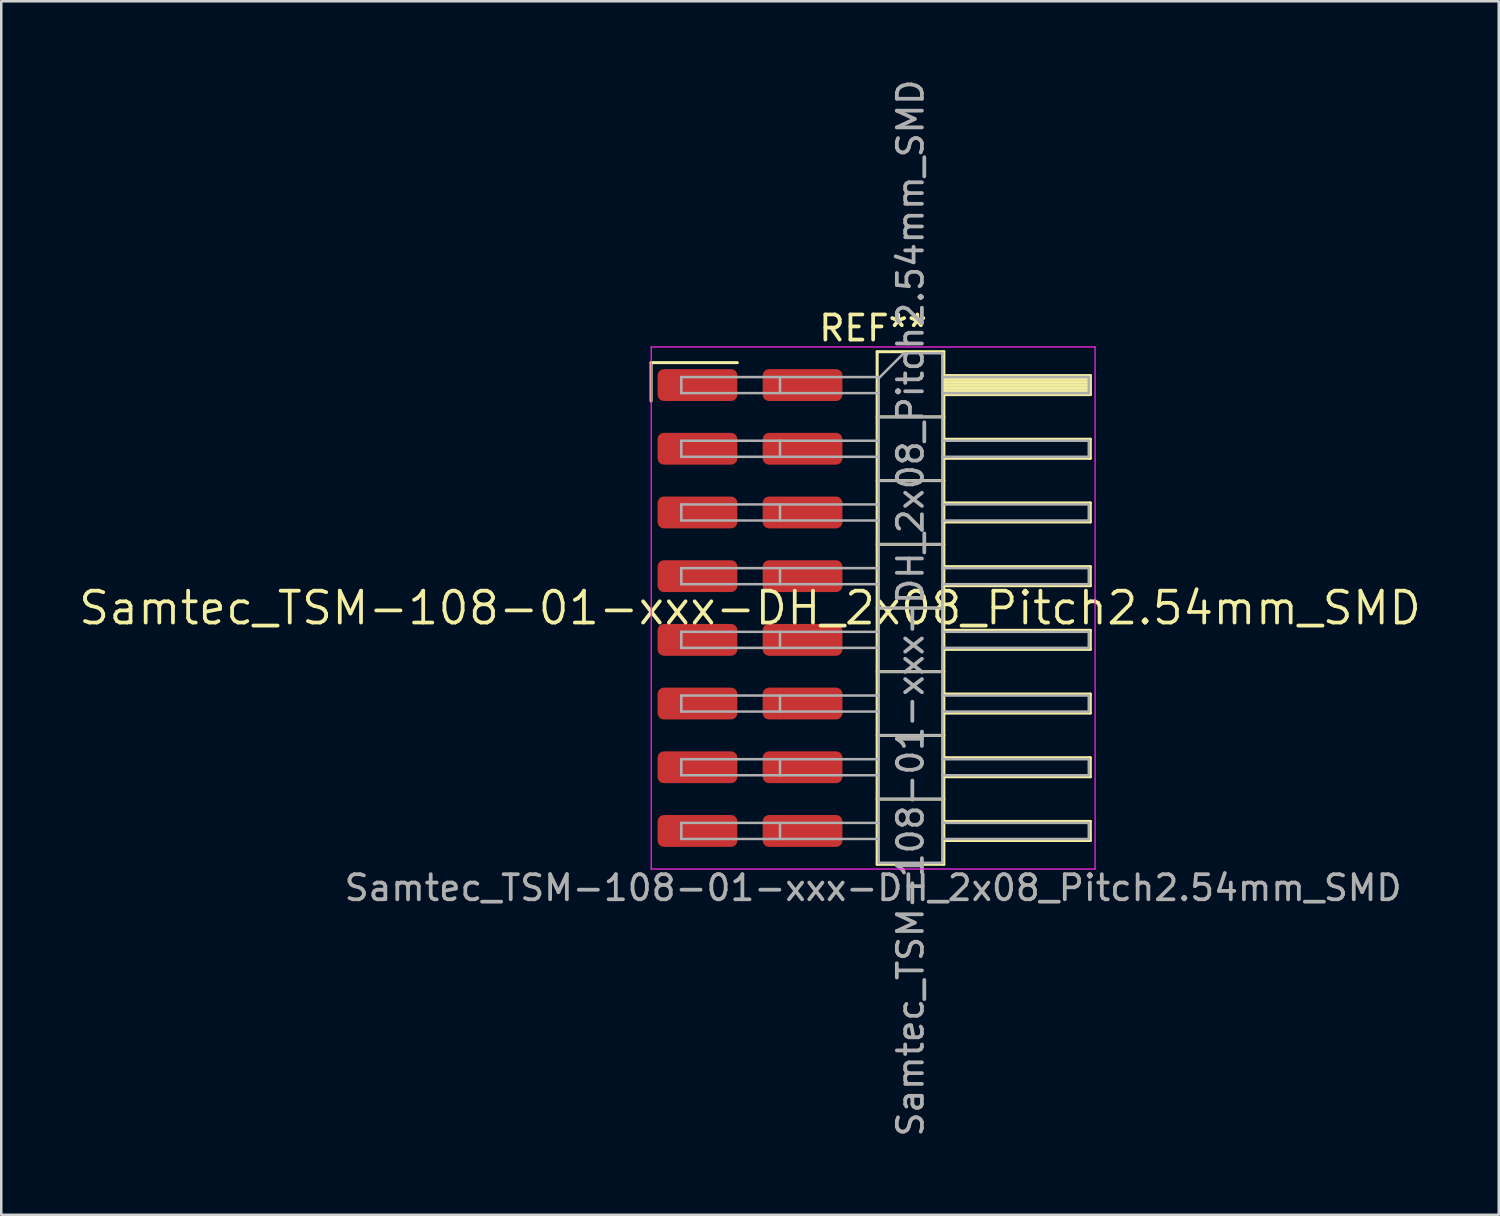
<source format=kicad_pcb>
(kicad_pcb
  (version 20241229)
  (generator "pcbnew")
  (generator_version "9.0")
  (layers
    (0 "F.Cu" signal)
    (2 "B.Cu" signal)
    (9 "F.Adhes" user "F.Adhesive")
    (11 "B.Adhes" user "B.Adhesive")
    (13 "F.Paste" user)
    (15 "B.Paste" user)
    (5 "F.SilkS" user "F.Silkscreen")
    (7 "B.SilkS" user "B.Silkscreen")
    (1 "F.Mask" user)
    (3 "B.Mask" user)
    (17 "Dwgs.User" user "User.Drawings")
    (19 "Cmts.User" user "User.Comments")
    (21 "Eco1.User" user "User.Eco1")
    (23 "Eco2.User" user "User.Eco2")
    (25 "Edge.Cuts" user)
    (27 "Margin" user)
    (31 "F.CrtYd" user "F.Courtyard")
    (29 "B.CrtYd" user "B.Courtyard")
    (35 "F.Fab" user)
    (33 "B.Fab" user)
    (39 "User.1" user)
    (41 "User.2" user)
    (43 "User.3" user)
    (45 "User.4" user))
  (footprint "Samtec_TSM-108-01-xxx-DH_2x08_Pitch2.54mm_SMD"
    (layer "F.Cu")
    (at 26.859 21.196)
    (property "Reference" "Samtec_TSM-108-01-xxx-DH_2x08_Pitch2.54mm_SMD" (at 0 0 0) (layer "F.SilkS") (effects (font (size 1.27 1.27) (thickness 0.15))))
    (attr smd)
    (fp_line (start -3.945 -9.785) (end -0.505 -9.785) (stroke (width 0.12) (type solid)) (layer "F.SilkS"))
    (fp_line (start -3.945 -8.255) (end -3.945 -9.785) (stroke (width 0.12) (type solid)) (layer "F.SilkS"))
    (fp_line (start 5.07 -10.22) (end 7.73 -10.22) (stroke (width 0.12) (type solid)) (layer "F.SilkS"))
    (fp_line (start 5.07 -7.62) (end 7.73 -7.62) (stroke (width 0.12) (type solid)) (layer "F.SilkS"))
    (fp_line (start 5.07 -5.08) (end 7.73 -5.08) (stroke (width 0.12) (type solid)) (layer "F.SilkS"))
    (fp_line (start 5.07 -2.54) (end 7.73 -2.54) (stroke (width 0.12) (type solid)) (layer "F.SilkS"))
    (fp_line (start 5.07 0) (end 7.73 0) (stroke (width 0.12) (type solid)) (layer "F.SilkS"))
    (fp_line (start 5.07 2.54) (end 7.73 2.54) (stroke (width 0.12) (type solid)) (layer "F.SilkS"))
    (fp_line (start 5.07 5.08) (end 7.73 5.08) (stroke (width 0.12) (type solid)) (layer "F.SilkS"))
    (fp_line (start 5.07 7.62) (end 7.73 7.62) (stroke (width 0.12) (type solid)) (layer "F.SilkS"))
    (fp_line (start 5.07 10.22) (end 5.07 -10.22) (stroke (width 0.12) (type solid)) (layer "F.SilkS"))
    (fp_line (start 7.73 -10.22) (end 7.73 10.22) (stroke (width 0.12) (type solid)) (layer "F.SilkS"))
    (fp_line (start 7.73 -9.27) (end 13.57 -9.27) (stroke (width 0.12) (type solid)) (layer "F.SilkS"))
    (fp_line (start 7.73 -9.15) (end 13.57 -9.15) (stroke (width 0.12) (type solid)) (layer "F.SilkS"))
    (fp_line (start 7.73 -9.03) (end 13.57 -9.03) (stroke (width 0.12) (type solid)) (layer "F.SilkS"))
    (fp_line (start 7.73 -8.91) (end 13.57 -8.91) (stroke (width 0.12) (type solid)) (layer "F.SilkS"))
    (fp_line (start 7.73 -8.79) (end 13.57 -8.79) (stroke (width 0.12) (type solid)) (layer "F.SilkS"))
    (fp_line (start 7.73 -8.67) (end 13.57 -8.67) (stroke (width 0.12) (type solid)) (layer "F.SilkS"))
    (fp_line (start 7.73 -8.55) (end 13.57 -8.55) (stroke (width 0.12) (type solid)) (layer "F.SilkS"))
    (fp_line (start 7.73 -8.51) (end 13.57 -8.51) (stroke (width 0.12) (type solid)) (layer "F.SilkS"))
    (fp_line (start 7.73 -6.73) (end 13.57 -6.73) (stroke (width 0.12) (type solid)) (layer "F.SilkS"))
    (fp_line (start 7.73 -5.97) (end 13.57 -5.97) (stroke (width 0.12) (type solid)) (layer "F.SilkS"))
    (fp_line (start 7.73 -4.19) (end 13.57 -4.19) (stroke (width 0.12) (type solid)) (layer "F.SilkS"))
    (fp_line (start 7.73 -3.43) (end 13.57 -3.43) (stroke (width 0.12) (type solid)) (layer "F.SilkS"))
    (fp_line (start 7.73 -1.65) (end 13.57 -1.65) (stroke (width 0.12) (type solid)) (layer "F.SilkS"))
    (fp_line (start 7.73 -0.89) (end 13.57 -0.89) (stroke (width 0.12) (type solid)) (layer "F.SilkS"))
    (fp_line (start 7.73 0.89) (end 13.57 0.89) (stroke (width 0.12) (type solid)) (layer "F.SilkS"))
    (fp_line (start 7.73 1.65) (end 13.57 1.65) (stroke (width 0.12) (type solid)) (layer "F.SilkS"))
    (fp_line (start 7.73 3.43) (end 13.57 3.43) (stroke (width 0.12) (type solid)) (layer "F.SilkS"))
    (fp_line (start 7.73 4.19) (end 13.57 4.19) (stroke (width 0.12) (type solid)) (layer "F.SilkS"))
    (fp_line (start 7.73 5.97) (end 13.57 5.97) (stroke (width 0.12) (type solid)) (layer "F.SilkS"))
    (fp_line (start 7.73 6.73) (end 13.57 6.73) (stroke (width 0.12) (type solid)) (layer "F.SilkS"))
    (fp_line (start 7.73 8.51) (end 13.57 8.51) (stroke (width 0.12) (type solid)) (layer "F.SilkS"))
    (fp_line (start 7.73 9.27) (end 13.57 9.27) (stroke (width 0.12) (type solid)) (layer "F.SilkS"))
    (fp_line (start 7.73 10.22) (end 5.07 10.22) (stroke (width 0.12) (type solid)) (layer "F.SilkS"))
    (fp_line (start 13.57 -9.27) (end 13.57 -8.51) (stroke (width 0.12) (type solid)) (layer "F.SilkS"))
    (fp_line (start 13.57 -6.73) (end 13.57 -5.97) (stroke (width 0.12) (type solid)) (layer "F.SilkS"))
    (fp_line (start 13.57 -4.19) (end 13.57 -3.43) (stroke (width 0.12) (type solid)) (layer "F.SilkS"))
    (fp_line (start 13.57 -1.65) (end 13.57 -0.89) (stroke (width 0.12) (type solid)) (layer "F.SilkS"))
    (fp_line (start 13.57 0.89) (end 13.57 1.65) (stroke (width 0.12) (type solid)) (layer "F.SilkS"))
    (fp_line (start 13.57 3.43) (end 13.57 4.19) (stroke (width 0.12) (type solid)) (layer "F.SilkS"))
    (fp_line (start 13.57 5.97) (end 13.57 6.73) (stroke (width 0.12) (type solid)) (layer "F.SilkS"))
    (fp_line (start 13.57 8.51) (end 13.57 9.27) (stroke (width 0.12) (type solid)) (layer "F.SilkS"))
    (fp_line (start -3.94 -10.41) (end 13.76 -10.41) (stroke (width 0.05) (type solid)) (layer "F.CrtYd"))
    (fp_line (start -3.94 10.41) (end -3.94 -10.41) (stroke (width 0.05) (type solid)) (layer "F.CrtYd"))
    (fp_line (start 13.76 -10.41) (end 13.76 10.41) (stroke (width 0.05) (type solid)) (layer "F.CrtYd"))
    (fp_line (start 13.76 10.41) (end -3.94 10.41) (stroke (width 0.05) (type solid)) (layer "F.CrtYd"))
    (fp_line (start -2.74 -9.21) (end -2.74 -8.57) (stroke (width 0.1) (type solid)) (layer "F.Fab"))
    (fp_line (start -2.74 -9.21) (end 5.13 -9.21) (stroke (width 0.1) (type solid)) (layer "F.Fab"))
    (fp_line (start -2.74 -8.57) (end 5.13 -8.57) (stroke (width 0.1) (type solid)) (layer "F.Fab"))
    (fp_line (start -2.74 -6.67) (end -2.74 -6.03) (stroke (width 0.1) (type solid)) (layer "F.Fab"))
    (fp_line (start -2.74 -6.67) (end 5.13 -6.67) (stroke (width 0.1) (type solid)) (layer "F.Fab"))
    (fp_line (start -2.74 -6.03) (end 5.13 -6.03) (stroke (width 0.1) (type solid)) (layer "F.Fab"))
    (fp_line (start -2.74 -4.13) (end -2.74 -3.49) (stroke (width 0.1) (type solid)) (layer "F.Fab"))
    (fp_line (start -2.74 -4.13) (end 5.13 -4.13) (stroke (width 0.1) (type solid)) (layer "F.Fab"))
    (fp_line (start -2.74 -3.49) (end 5.13 -3.49) (stroke (width 0.1) (type solid)) (layer "F.Fab"))
    (fp_line (start -2.74 -1.59) (end -2.74 -0.95) (stroke (width 0.1) (type solid)) (layer "F.Fab"))
    (fp_line (start -2.74 -1.59) (end 5.13 -1.59) (stroke (width 0.1) (type solid)) (layer "F.Fab"))
    (fp_line (start -2.74 -0.95) (end 5.13 -0.95) (stroke (width 0.1) (type solid)) (layer "F.Fab"))
    (fp_line (start -2.74 0.95) (end -2.74 1.59) (stroke (width 0.1) (type solid)) (layer "F.Fab"))
    (fp_line (start -2.74 0.95) (end 5.13 0.95) (stroke (width 0.1) (type solid)) (layer "F.Fab"))
    (fp_line (start -2.74 1.59) (end 5.13 1.59) (stroke (width 0.1) (type solid)) (layer "F.Fab"))
    (fp_line (start -2.74 3.49) (end -2.74 4.13) (stroke (width 0.1) (type solid)) (layer "F.Fab"))
    (fp_line (start -2.74 3.49) (end 5.13 3.49) (stroke (width 0.1) (type solid)) (layer "F.Fab"))
    (fp_line (start -2.74 4.13) (end 5.13 4.13) (stroke (width 0.1) (type solid)) (layer "F.Fab"))
    (fp_line (start -2.74 6.03) (end -2.74 6.67) (stroke (width 0.1) (type solid)) (layer "F.Fab"))
    (fp_line (start -2.74 6.03) (end 5.13 6.03) (stroke (width 0.1) (type solid)) (layer "F.Fab"))
    (fp_line (start -2.74 6.67) (end 5.13 6.67) (stroke (width 0.1) (type solid)) (layer "F.Fab"))
    (fp_line (start -2.74 8.57) (end -2.74 9.21) (stroke (width 0.1) (type solid)) (layer "F.Fab"))
    (fp_line (start -2.74 8.57) (end 5.13 8.57) (stroke (width 0.1) (type solid)) (layer "F.Fab"))
    (fp_line (start -2.74 9.21) (end 5.13 9.21) (stroke (width 0.1) (type solid)) (layer "F.Fab"))
    (fp_line (start 1.195 -9.21) (end 1.195 -8.57) (stroke (width 0.1) (type solid)) (layer "F.Fab"))
    (fp_line (start 1.195 -6.67) (end 1.195 -6.03) (stroke (width 0.1) (type solid)) (layer "F.Fab"))
    (fp_line (start 1.195 -4.13) (end 1.195 -3.49) (stroke (width 0.1) (type solid)) (layer "F.Fab"))
    (fp_line (start 1.195 -1.59) (end 1.195 -0.95) (stroke (width 0.1) (type solid)) (layer "F.Fab"))
    (fp_line (start 1.195 0.95) (end 1.195 1.59) (stroke (width 0.1) (type solid)) (layer "F.Fab"))
    (fp_line (start 1.195 3.49) (end 1.195 4.13) (stroke (width 0.1) (type solid)) (layer "F.Fab"))
    (fp_line (start 1.195 6.03) (end 1.195 6.67) (stroke (width 0.1) (type solid)) (layer "F.Fab"))
    (fp_line (start 1.195 8.57) (end 1.195 9.21) (stroke (width 0.1) (type solid)) (layer "F.Fab"))
    (fp_line (start 5.13 -9.16) (end 6.13 -10.16) (stroke (width 0.1) (type solid)) (layer "F.Fab"))
    (fp_line (start 5.13 -7.62) (end 7.67 -7.62) (stroke (width 0.1) (type solid)) (layer "F.Fab"))
    (fp_line (start 5.13 -5.08) (end 7.67 -5.08) (stroke (width 0.1) (type solid)) (layer "F.Fab"))
    (fp_line (start 5.13 -2.54) (end 7.67 -2.54) (stroke (width 0.1) (type solid)) (layer "F.Fab"))
    (fp_line (start 5.13 0) (end 7.67 0) (stroke (width 0.1) (type solid)) (layer "F.Fab"))
    (fp_line (start 5.13 2.54) (end 7.67 2.54) (stroke (width 0.1) (type solid)) (layer "F.Fab"))
    (fp_line (start 5.13 5.08) (end 7.67 5.08) (stroke (width 0.1) (type solid)) (layer "F.Fab"))
    (fp_line (start 5.13 7.62) (end 7.67 7.62) (stroke (width 0.1) (type solid)) (layer "F.Fab"))
    (fp_line (start 5.13 10.16) (end 5.13 -9.16) (stroke (width 0.1) (type solid)) (layer "F.Fab"))
    (fp_line (start 6.13 -10.16) (end 7.67 -10.16) (stroke (width 0.1) (type solid)) (layer "F.Fab"))
    (fp_line (start 7.67 -10.16) (end 7.67 10.16) (stroke (width 0.1) (type solid)) (layer "F.Fab"))
    (fp_line (start 7.67 -9.21) (end 13.51 -9.21) (stroke (width 0.1) (type solid)) (layer "F.Fab"))
    (fp_line (start 7.67 -8.57) (end 13.51 -8.57) (stroke (width 0.1) (type solid)) (layer "F.Fab"))
    (fp_line (start 7.67 -6.67) (end 13.51 -6.67) (stroke (width 0.1) (type solid)) (layer "F.Fab"))
    (fp_line (start 7.67 -6.03) (end 13.51 -6.03) (stroke (width 0.1) (type solid)) (layer "F.Fab"))
    (fp_line (start 7.67 -4.13) (end 13.51 -4.13) (stroke (width 0.1) (type solid)) (layer "F.Fab"))
    (fp_line (start 7.67 -3.49) (end 13.51 -3.49) (stroke (width 0.1) (type solid)) (layer "F.Fab"))
    (fp_line (start 7.67 -1.59) (end 13.51 -1.59) (stroke (width 0.1) (type solid)) (layer "F.Fab"))
    (fp_line (start 7.67 -0.95) (end 13.51 -0.95) (stroke (width 0.1) (type solid)) (layer "F.Fab"))
    (fp_line (start 7.67 0.95) (end 13.51 0.95) (stroke (width 0.1) (type solid)) (layer "F.Fab"))
    (fp_line (start 7.67 1.59) (end 13.51 1.59) (stroke (width 0.1) (type solid)) (layer "F.Fab"))
    (fp_line (start 7.67 3.49) (end 13.51 3.49) (stroke (width 0.1) (type solid)) (layer "F.Fab"))
    (fp_line (start 7.67 4.13) (end 13.51 4.13) (stroke (width 0.1) (type solid)) (layer "F.Fab"))
    (fp_line (start 7.67 6.03) (end 13.51 6.03) (stroke (width 0.1) (type solid)) (layer "F.Fab"))
    (fp_line (start 7.67 6.67) (end 13.51 6.67) (stroke (width 0.1) (type solid)) (layer "F.Fab"))
    (fp_line (start 7.67 8.57) (end 13.51 8.57) (stroke (width 0.1) (type solid)) (layer "F.Fab"))
    (fp_line (start 7.67 9.21) (end 13.51 9.21) (stroke (width 0.1) (type solid)) (layer "F.Fab"))
    (fp_line (start 7.67 10.16) (end 5.13 10.16) (stroke (width 0.1) (type solid)) (layer "F.Fab"))
    (fp_line (start 13.51 -9.21) (end 13.51 -8.57) (stroke (width 0.1) (type solid)) (layer "F.Fab"))
    (fp_line (start 13.51 -6.67) (end 13.51 -6.03) (stroke (width 0.1) (type solid)) (layer "F.Fab"))
    (fp_line (start 13.51 -4.13) (end 13.51 -3.49) (stroke (width 0.1) (type solid)) (layer "F.Fab"))
    (fp_line (start 13.51 -1.59) (end 13.51 -0.95) (stroke (width 0.1) (type solid)) (layer "F.Fab"))
    (fp_line (start 13.51 0.95) (end 13.51 1.59) (stroke (width 0.1) (type solid)) (layer "F.Fab"))
    (fp_line (start 13.51 3.49) (end 13.51 4.13) (stroke (width 0.1) (type solid)) (layer "F.Fab"))
    (fp_line (start 13.51 6.03) (end 13.51 6.67) (stroke (width 0.1) (type solid)) (layer "F.Fab"))
    (fp_line (start 13.51 8.57) (end 13.51 9.21) (stroke (width 0.1) (type solid)) (layer "F.Fab"))
    (fp_text user "REF**" (at 4.91 -11.16 0) (layer "F.SilkS") (effects (font (size 1 1) (thickness 0.15))))
    (fp_text user "${REFERENCE}" (at 6.4 0 90) (layer "F.Fab") (effects (font (size 1 1) (thickness 0.15))))
    (fp_text user "Samtec_TSM-108-01-xxx-DH_2x08_Pitch2.54mm_SMD" (at 4.91 11.16 0) (layer "F.Fab") (effects (font (size 1 1) (thickness 0.15))))
    (pad "1" smd roundrect (at -2.095 -8.89) (size 3.18 1.27) (layers "F.Cu" "F.Mask" "F.Paste") (roundrect_rratio 0.197))
    (pad "2" smd roundrect (at 2.095 -8.89) (size 3.18 1.27) (layers "F.Cu" "F.Mask" "F.Paste") (roundrect_rratio 0.197))
    (pad "3" smd roundrect (at -2.095 -6.35) (size 3.18 1.27) (layers "F.Cu" "F.Mask" "F.Paste") (roundrect_rratio 0.197))
    (pad "4" smd roundrect (at 2.095 -6.35) (size 3.18 1.27) (layers "F.Cu" "F.Mask" "F.Paste") (roundrect_rratio 0.197))
    (pad "5" smd roundrect (at -2.095 -3.81) (size 3.18 1.27) (layers "F.Cu" "F.Mask" "F.Paste") (roundrect_rratio 0.197))
    (pad "6" smd roundrect (at 2.095 -3.81) (size 3.18 1.27) (layers "F.Cu" "F.Mask" "F.Paste") (roundrect_rratio 0.197))
    (pad "7" smd roundrect (at -2.095 -1.27) (size 3.18 1.27) (layers "F.Cu" "F.Mask" "F.Paste") (roundrect_rratio 0.197))
    (pad "8" smd roundrect (at 2.095 -1.27) (size 3.18 1.27) (layers "F.Cu" "F.Mask" "F.Paste") (roundrect_rratio 0.197))
    (pad "9" smd roundrect (at -2.095 1.27) (size 3.18 1.27) (layers "F.Cu" "F.Mask" "F.Paste") (roundrect_rratio 0.197))
    (pad "10" smd roundrect (at 2.095 1.27) (size 3.18 1.27) (layers "F.Cu" "F.Mask" "F.Paste") (roundrect_rratio 0.197))
    (pad "11" smd roundrect (at -2.095 3.81) (size 3.18 1.27) (layers "F.Cu" "F.Mask" "F.Paste") (roundrect_rratio 0.197))
    (pad "12" smd roundrect (at 2.095 3.81) (size 3.18 1.27) (layers "F.Cu" "F.Mask" "F.Paste") (roundrect_rratio 0.197))
    (pad "13" smd roundrect (at -2.095 6.35) (size 3.18 1.27) (layers "F.Cu" "F.Mask" "F.Paste") (roundrect_rratio 0.197))
    (pad "14" smd roundrect (at 2.095 6.35) (size 3.18 1.27) (layers "F.Cu" "F.Mask" "F.Paste") (roundrect_rratio 0.197))
    (pad "15" smd roundrect (at -2.095 8.89) (size 3.18 1.27) (layers "F.Cu" "F.Mask" "F.Paste") (roundrect_rratio 0.197))
    (pad "16" smd roundrect (at 2.095 8.89) (size 3.18 1.27) (layers "F.Cu" "F.Mask" "F.Paste") (roundrect_rratio 0.197)))
  (gr_rect
    (start -3 -3)
    (end 56.717 45.393)
    (stroke (width 0.1) (type default))
    (fill no)
    (layer "Edge.Cuts")))
</source>
